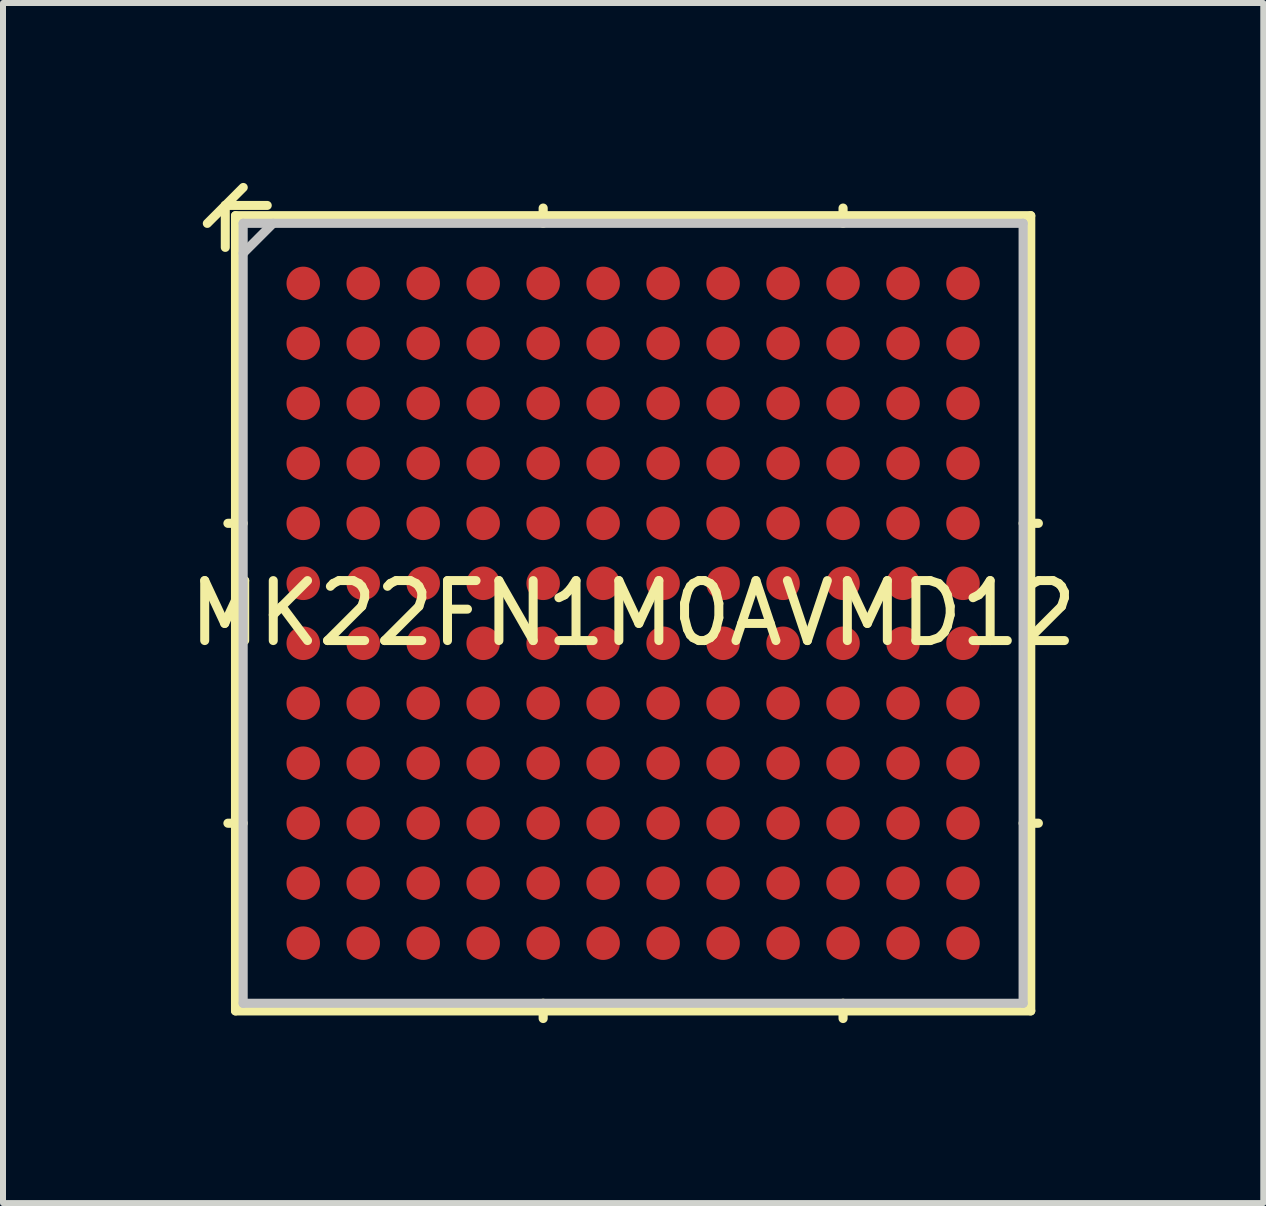
<source format=kicad_pcb>
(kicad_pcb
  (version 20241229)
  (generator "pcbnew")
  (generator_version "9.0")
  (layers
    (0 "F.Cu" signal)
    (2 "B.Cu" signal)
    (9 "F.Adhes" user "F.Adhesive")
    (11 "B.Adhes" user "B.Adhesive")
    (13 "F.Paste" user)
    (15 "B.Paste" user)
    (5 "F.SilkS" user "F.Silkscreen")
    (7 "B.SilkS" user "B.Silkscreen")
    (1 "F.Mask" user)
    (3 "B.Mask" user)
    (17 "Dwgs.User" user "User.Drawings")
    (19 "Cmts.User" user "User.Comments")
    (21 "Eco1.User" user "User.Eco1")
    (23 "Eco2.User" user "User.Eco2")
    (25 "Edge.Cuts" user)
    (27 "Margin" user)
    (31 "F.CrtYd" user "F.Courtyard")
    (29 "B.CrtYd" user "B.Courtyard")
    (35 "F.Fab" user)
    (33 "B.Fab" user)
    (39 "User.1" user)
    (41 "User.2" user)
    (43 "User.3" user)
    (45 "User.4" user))
  (footprint "MK22FN1M0AVMD12"
    (layer "F.Cu")
    (at 7.506 7.175)
    (property "Reference" "MK22FN1M0AVMD12" (at 0 0 0) (layer "F.SilkS") (effects (font (size 1 1) (thickness 0.15))))
    (attr through_hole)
    (fp_line (start -6.8 -6.8) (end -7.1 -6.5) (stroke (width 0.15) (type solid)) (layer "F.SilkS"))
    (fp_line (start -6.8 -6.8) (end -6.5 -7.1) (stroke (width 0.15) (type solid)) (layer "F.SilkS"))
    (fp_line (start -6.8 -6.8) (end -6.1 -6.8) (stroke (width 0.15) (type solid)) (layer "F.SilkS"))
    (fp_line (start -6.8 -6.1) (end -6.8 -6.8) (stroke (width 0.15) (type solid)) (layer "F.SilkS"))
    (fp_line (start -6.629 -6.629) (end -6.629 6.629) (stroke (width 0.152) (type solid)) (layer "F.SilkS"))
    (fp_line (start -6.629 6.629) (end 6.629 6.629) (stroke (width 0.152) (type solid)) (layer "F.SilkS"))
    (fp_line (start -6.502 -1.5) (end -6.756 -1.5) (stroke (width 0.152) (type solid)) (layer "F.SilkS"))
    (fp_line (start -6.502 3.5) (end -6.756 3.5) (stroke (width 0.152) (type solid)) (layer "F.SilkS"))
    (fp_line (start -1.5 -6.502) (end -1.5 -6.756) (stroke (width 0.152) (type solid)) (layer "F.SilkS"))
    (fp_line (start -1.5 6.502) (end -1.5 6.756) (stroke (width 0.152) (type solid)) (layer "F.SilkS"))
    (fp_line (start 3.5 -6.502) (end 3.5 -6.756) (stroke (width 0.152) (type solid)) (layer "F.SilkS"))
    (fp_line (start 3.5 6.502) (end 3.5 6.756) (stroke (width 0.152) (type solid)) (layer "F.SilkS"))
    (fp_line (start 6.502 -1.5) (end 6.756 -1.5) (stroke (width 0.152) (type solid)) (layer "F.SilkS"))
    (fp_line (start 6.502 3.5) (end 6.756 3.5) (stroke (width 0.152) (type solid)) (layer "F.SilkS"))
    (fp_line (start 6.629 -6.629) (end -6.629 -6.629) (stroke (width 0.152) (type solid)) (layer "F.SilkS"))
    (fp_line (start 6.629 6.629) (end 6.629 -6.629) (stroke (width 0.152) (type solid)) (layer "F.SilkS"))
    (fp_line (start -6.502 -6.502) (end -6.502 6.502) (stroke (width 0.152) (type solid)) (layer "Dwgs.User"))
    (fp_line (start -6.502 6.502) (end 6.502 6.502) (stroke (width 0.152) (type solid)) (layer "Dwgs.User"))
    (fp_line (start -6.002 -6.502) (end -6.502 -6.002) (stroke (width 0.152) (type solid)) (layer "Dwgs.User"))
    (fp_line (start 6.502 -6.502) (end -6.502 -6.502) (stroke (width 0.152) (type solid)) (layer "Dwgs.User"))
    (fp_line (start 6.502 6.502) (end 6.502 -6.502) (stroke (width 0.152) (type solid)) (layer "Dwgs.User"))
    (pad "A1" smd circle (at -5.5 -5.5) (size 0.559 0.559) (layers "F.Cu" "F.Mask" "F.Paste"))
    (pad "A2" smd circle (at -4.5 -5.5) (size 0.559 0.559) (layers "F.Cu" "F.Mask" "F.Paste"))
    (pad "A3" smd circle (at -3.5 -5.5) (size 0.559 0.559) (layers "F.Cu" "F.Mask" "F.Paste"))
    (pad "A4" smd circle (at -2.5 -5.5) (size 0.559 0.559) (layers "F.Cu" "F.Mask" "F.Paste"))
    (pad "A5" smd circle (at -1.5 -5.5) (size 0.559 0.559) (layers "F.Cu" "F.Mask" "F.Paste"))
    (pad "A6" smd circle (at -0.5 -5.5) (size 0.559 0.559) (layers "F.Cu" "F.Mask" "F.Paste"))
    (pad "A7" smd circle (at 0.5 -5.5) (size 0.559 0.559) (layers "F.Cu" "F.Mask" "F.Paste"))
    (pad "A8" smd circle (at 1.5 -5.5) (size 0.559 0.559) (layers "F.Cu" "F.Mask" "F.Paste"))
    (pad "A9" smd circle (at 2.5 -5.5) (size 0.559 0.559) (layers "F.Cu" "F.Mask" "F.Paste"))
    (pad "A10" smd circle (at 3.5 -5.5) (size 0.559 0.559) (layers "F.Cu" "F.Mask" "F.Paste"))
    (pad "A11" smd circle (at 4.5 -5.5) (size 0.559 0.559) (layers "F.Cu" "F.Mask" "F.Paste"))
    (pad "A12" smd circle (at 5.5 -5.5) (size 0.559 0.559) (layers "F.Cu" "F.Mask" "F.Paste"))
    (pad "B1" smd circle (at -5.5 -4.5) (size 0.559 0.559) (layers "F.Cu" "F.Mask" "F.Paste"))
    (pad "B2" smd circle (at -4.5 -4.5) (size 0.559 0.559) (layers "F.Cu" "F.Mask" "F.Paste"))
    (pad "B3" smd circle (at -3.5 -4.5) (size 0.559 0.559) (layers "F.Cu" "F.Mask" "F.Paste"))
    (pad "B4" smd circle (at -2.5 -4.5) (size 0.559 0.559) (layers "F.Cu" "F.Mask" "F.Paste"))
    (pad "B5" smd circle (at -1.5 -4.5) (size 0.559 0.559) (layers "F.Cu" "F.Mask" "F.Paste"))
    (pad "B6" smd circle (at -0.5 -4.5) (size 0.559 0.559) (layers "F.Cu" "F.Mask" "F.Paste"))
    (pad "B7" smd circle (at 0.5 -4.5) (size 0.559 0.559) (layers "F.Cu" "F.Mask" "F.Paste"))
    (pad "B8" smd circle (at 1.5 -4.5) (size 0.559 0.559) (layers "F.Cu" "F.Mask" "F.Paste"))
    (pad "B9" smd circle (at 2.5 -4.5) (size 0.559 0.559) (layers "F.Cu" "F.Mask" "F.Paste"))
    (pad "B10" smd circle (at 3.5 -4.5) (size 0.559 0.559) (layers "F.Cu" "F.Mask" "F.Paste"))
    (pad "B11" smd circle (at 4.5 -4.5) (size 0.559 0.559) (layers "F.Cu" "F.Mask" "F.Paste"))
    (pad "B12" smd circle (at 5.5 -4.5) (size 0.559 0.559) (layers "F.Cu" "F.Mask" "F.Paste"))
    (pad "C1" smd circle (at -5.5 -3.5) (size 0.559 0.559) (layers "F.Cu" "F.Mask" "F.Paste"))
    (pad "C2" smd circle (at -4.5 -3.5) (size 0.559 0.559) (layers "F.Cu" "F.Mask" "F.Paste"))
    (pad "C3" smd circle (at -3.5 -3.5) (size 0.559 0.559) (layers "F.Cu" "F.Mask" "F.Paste"))
    (pad "C4" smd circle (at -2.5 -3.5) (size 0.559 0.559) (layers "F.Cu" "F.Mask" "F.Paste"))
    (pad "C5" smd circle (at -1.5 -3.5) (size 0.559 0.559) (layers "F.Cu" "F.Mask" "F.Paste"))
    (pad "C6" smd circle (at -0.5 -3.5) (size 0.559 0.559) (layers "F.Cu" "F.Mask" "F.Paste"))
    (pad "C7" smd circle (at 0.5 -3.5) (size 0.559 0.559) (layers "F.Cu" "F.Mask" "F.Paste"))
    (pad "C8" smd circle (at 1.5 -3.5) (size 0.559 0.559) (layers "F.Cu" "F.Mask" "F.Paste"))
    (pad "C9" smd circle (at 2.5 -3.5) (size 0.559 0.559) (layers "F.Cu" "F.Mask" "F.Paste"))
    (pad "C10" smd circle (at 3.5 -3.5) (size 0.559 0.559) (layers "F.Cu" "F.Mask" "F.Paste"))
    (pad "C11" smd circle (at 4.5 -3.5) (size 0.559 0.559) (layers "F.Cu" "F.Mask" "F.Paste"))
    (pad "C12" smd circle (at 5.5 -3.5) (size 0.559 0.559) (layers "F.Cu" "F.Mask" "F.Paste"))
    (pad "D1" smd circle (at -5.5 -2.5) (size 0.559 0.559) (layers "F.Cu" "F.Mask" "F.Paste"))
    (pad "D2" smd circle (at -4.5 -2.5) (size 0.559 0.559) (layers "F.Cu" "F.Mask" "F.Paste"))
    (pad "D3" smd circle (at -3.5 -2.5) (size 0.559 0.559) (layers "F.Cu" "F.Mask" "F.Paste"))
    (pad "D4" smd circle (at -2.5 -2.5) (size 0.559 0.559) (layers "F.Cu" "F.Mask" "F.Paste"))
    (pad "D5" smd circle (at -1.5 -2.5) (size 0.559 0.559) (layers "F.Cu" "F.Mask" "F.Paste"))
    (pad "D6" smd circle (at -0.5 -2.5) (size 0.559 0.559) (layers "F.Cu" "F.Mask" "F.Paste"))
    (pad "D7" smd circle (at 0.5 -2.5) (size 0.559 0.559) (layers "F.Cu" "F.Mask" "F.Paste"))
    (pad "D8" smd circle (at 1.5 -2.5) (size 0.559 0.559) (layers "F.Cu" "F.Mask" "F.Paste"))
    (pad "D9" smd circle (at 2.5 -2.5) (size 0.559 0.559) (layers "F.Cu" "F.Mask" "F.Paste"))
    (pad "D10" smd circle (at 3.5 -2.5) (size 0.559 0.559) (layers "F.Cu" "F.Mask" "F.Paste"))
    (pad "D11" smd circle (at 4.5 -2.5) (size 0.559 0.559) (layers "F.Cu" "F.Mask" "F.Paste"))
    (pad "D12" smd circle (at 5.5 -2.5) (size 0.559 0.559) (layers "F.Cu" "F.Mask" "F.Paste"))
    (pad "E1" smd circle (at -5.5 -1.5) (size 0.559 0.559) (layers "F.Cu" "F.Mask" "F.Paste"))
    (pad "E2" smd circle (at -4.5 -1.5) (size 0.559 0.559) (layers "F.Cu" "F.Mask" "F.Paste"))
    (pad "E3" smd circle (at -3.5 -1.5) (size 0.559 0.559) (layers "F.Cu" "F.Mask" "F.Paste"))
    (pad "E4" smd circle (at -2.5 -1.5) (size 0.559 0.559) (layers "F.Cu" "F.Mask" "F.Paste"))
    (pad "E5" smd circle (at -1.5 -1.5) (size 0.559 0.559) (layers "F.Cu" "F.Mask" "F.Paste"))
    (pad "E6" smd circle (at -0.5 -1.5) (size 0.559 0.559) (layers "F.Cu" "F.Mask" "F.Paste"))
    (pad "E7" smd circle (at 0.5 -1.5) (size 0.559 0.559) (layers "F.Cu" "F.Mask" "F.Paste"))
    (pad "E8" smd circle (at 1.5 -1.5) (size 0.559 0.559) (layers "F.Cu" "F.Mask" "F.Paste"))
    (pad "E9" smd circle (at 2.5 -1.5) (size 0.559 0.559) (layers "F.Cu" "F.Mask" "F.Paste"))
    (pad "E10" smd circle (at 3.5 -1.5) (size 0.559 0.559) (layers "F.Cu" "F.Mask" "F.Paste"))
    (pad "E11" smd circle (at 4.5 -1.5) (size 0.559 0.559) (layers "F.Cu" "F.Mask" "F.Paste"))
    (pad "E12" smd circle (at 5.5 -1.5) (size 0.559 0.559) (layers "F.Cu" "F.Mask" "F.Paste"))
    (pad "F1" smd circle (at -5.5 -0.5) (size 0.559 0.559) (layers "F.Cu" "F.Mask" "F.Paste"))
    (pad "F2" smd circle (at -4.5 -0.5) (size 0.559 0.559) (layers "F.Cu" "F.Mask" "F.Paste"))
    (pad "F3" smd circle (at -3.5 -0.5) (size 0.559 0.559) (layers "F.Cu" "F.Mask" "F.Paste"))
    (pad "F4" smd circle (at -2.5 -0.5) (size 0.559 0.559) (layers "F.Cu" "F.Mask" "F.Paste"))
    (pad "F5" smd circle (at -1.5 -0.5) (size 0.559 0.559) (layers "F.Cu" "F.Mask" "F.Paste"))
    (pad "F6" smd circle (at -0.5 -0.5) (size 0.559 0.559) (layers "F.Cu" "F.Mask" "F.Paste"))
    (pad "F7" smd circle (at 0.5 -0.5) (size 0.559 0.559) (layers "F.Cu" "F.Mask" "F.Paste"))
    (pad "F8" smd circle (at 1.5 -0.5) (size 0.559 0.559) (layers "F.Cu" "F.Mask" "F.Paste"))
    (pad "F9" smd circle (at 2.5 -0.5) (size 0.559 0.559) (layers "F.Cu" "F.Mask" "F.Paste"))
    (pad "F10" smd circle (at 3.5 -0.5) (size 0.559 0.559) (layers "F.Cu" "F.Mask" "F.Paste"))
    (pad "F11" smd circle (at 4.5 -0.5) (size 0.559 0.559) (layers "F.Cu" "F.Mask" "F.Paste"))
    (pad "F12" smd circle (at 5.5 -0.5) (size 0.559 0.559) (layers "F.Cu" "F.Mask" "F.Paste"))
    (pad "G1" smd circle (at -5.5 0.5) (size 0.559 0.559) (layers "F.Cu" "F.Mask" "F.Paste"))
    (pad "G2" smd circle (at -4.5 0.5) (size 0.559 0.559) (layers "F.Cu" "F.Mask" "F.Paste"))
    (pad "G3" smd circle (at -3.5 0.5) (size 0.559 0.559) (layers "F.Cu" "F.Mask" "F.Paste"))
    (pad "G4" smd circle (at -2.5 0.5) (size 0.559 0.559) (layers "F.Cu" "F.Mask" "F.Paste"))
    (pad "G5" smd circle (at -1.5 0.5) (size 0.559 0.559) (layers "F.Cu" "F.Mask" "F.Paste"))
    (pad "G6" smd circle (at -0.5 0.5) (size 0.559 0.559) (layers "F.Cu" "F.Mask" "F.Paste"))
    (pad "G7" smd circle (at 0.5 0.5) (size 0.559 0.559) (layers "F.Cu" "F.Mask" "F.Paste"))
    (pad "G8" smd circle (at 1.5 0.5) (size 0.559 0.559) (layers "F.Cu" "F.Mask" "F.Paste"))
    (pad "G9" smd circle (at 2.5 0.5) (size 0.559 0.559) (layers "F.Cu" "F.Mask" "F.Paste"))
    (pad "G10" smd circle (at 3.5 0.5) (size 0.559 0.559) (layers "F.Cu" "F.Mask" "F.Paste"))
    (pad "G11" smd circle (at 4.5 0.5) (size 0.559 0.559) (layers "F.Cu" "F.Mask" "F.Paste"))
    (pad "G12" smd circle (at 5.5 0.5) (size 0.559 0.559) (layers "F.Cu" "F.Mask" "F.Paste"))
    (pad "H1" smd circle (at -5.5 1.5) (size 0.559 0.559) (layers "F.Cu" "F.Mask" "F.Paste"))
    (pad "H2" smd circle (at -4.5 1.5) (size 0.559 0.559) (layers "F.Cu" "F.Mask" "F.Paste"))
    (pad "H3" smd circle (at -3.5 1.5) (size 0.559 0.559) (layers "F.Cu" "F.Mask" "F.Paste"))
    (pad "H4" smd circle (at -2.5 1.5) (size 0.559 0.559) (layers "F.Cu" "F.Mask" "F.Paste"))
    (pad "H5" smd circle (at -1.5 1.5) (size 0.559 0.559) (layers "F.Cu" "F.Mask" "F.Paste"))
    (pad "H6" smd circle (at -0.5 1.5) (size 0.559 0.559) (layers "F.Cu" "F.Mask" "F.Paste"))
    (pad "H7" smd circle (at 0.5 1.5) (size 0.559 0.559) (layers "F.Cu" "F.Mask" "F.Paste"))
    (pad "H8" smd circle (at 1.5 1.5) (size 0.559 0.559) (layers "F.Cu" "F.Mask" "F.Paste"))
    (pad "H9" smd circle (at 2.5 1.5) (size 0.559 0.559) (layers "F.Cu" "F.Mask" "F.Paste"))
    (pad "H10" smd circle (at 3.5 1.5) (size 0.559 0.559) (layers "F.Cu" "F.Mask" "F.Paste"))
    (pad "H11" smd circle (at 4.5 1.5) (size 0.559 0.559) (layers "F.Cu" "F.Mask" "F.Paste"))
    (pad "H12" smd circle (at 5.5 1.5) (size 0.559 0.559) (layers "F.Cu" "F.Mask" "F.Paste"))
    (pad "J1" smd circle (at -5.5 2.5) (size 0.559 0.559) (layers "F.Cu" "F.Mask" "F.Paste"))
    (pad "J2" smd circle (at -4.5 2.5) (size 0.559 0.559) (layers "F.Cu" "F.Mask" "F.Paste"))
    (pad "J3" smd circle (at -3.5 2.5) (size 0.559 0.559) (layers "F.Cu" "F.Mask" "F.Paste"))
    (pad "J4" smd circle (at -2.5 2.5) (size 0.559 0.559) (layers "F.Cu" "F.Mask" "F.Paste"))
    (pad "J5" smd circle (at -1.5 2.5) (size 0.559 0.559) (layers "F.Cu" "F.Mask" "F.Paste"))
    (pad "J6" smd circle (at -0.5 2.5) (size 0.559 0.559) (layers "F.Cu" "F.Mask" "F.Paste"))
    (pad "J7" smd circle (at 0.5 2.5) (size 0.559 0.559) (layers "F.Cu" "F.Mask" "F.Paste"))
    (pad "J8" smd circle (at 1.5 2.5) (size 0.559 0.559) (layers "F.Cu" "F.Mask" "F.Paste"))
    (pad "J9" smd circle (at 2.5 2.5) (size 0.559 0.559) (layers "F.Cu" "F.Mask" "F.Paste"))
    (pad "J10" smd circle (at 3.5 2.5) (size 0.559 0.559) (layers "F.Cu" "F.Mask" "F.Paste"))
    (pad "J11" smd circle (at 4.5 2.5) (size 0.559 0.559) (layers "F.Cu" "F.Mask" "F.Paste"))
    (pad "J12" smd circle (at 5.5 2.5) (size 0.559 0.559) (layers "F.Cu" "F.Mask" "F.Paste"))
    (pad "K1" smd circle (at -5.5 3.5) (size 0.559 0.559) (layers "F.Cu" "F.Mask" "F.Paste"))
    (pad "K2" smd circle (at -4.5 3.5) (size 0.559 0.559) (layers "F.Cu" "F.Mask" "F.Paste"))
    (pad "K3" smd circle (at -3.5 3.5) (size 0.559 0.559) (layers "F.Cu" "F.Mask" "F.Paste"))
    (pad "K4" smd circle (at -2.5 3.5) (size 0.559 0.559) (layers "F.Cu" "F.Mask" "F.Paste"))
    (pad "K5" smd circle (at -1.5 3.5) (size 0.559 0.559) (layers "F.Cu" "F.Mask" "F.Paste"))
    (pad "K6" smd circle (at -0.5 3.5) (size 0.559 0.559) (layers "F.Cu" "F.Mask" "F.Paste"))
    (pad "K7" smd circle (at 0.5 3.5) (size 0.559 0.559) (layers "F.Cu" "F.Mask" "F.Paste"))
    (pad "K8" smd circle (at 1.5 3.5) (size 0.559 0.559) (layers "F.Cu" "F.Mask" "F.Paste"))
    (pad "K9" smd circle (at 2.5 3.5) (size 0.559 0.559) (layers "F.Cu" "F.Mask" "F.Paste"))
    (pad "K10" smd circle (at 3.5 3.5) (size 0.559 0.559) (layers "F.Cu" "F.Mask" "F.Paste"))
    (pad "K11" smd circle (at 4.5 3.5) (size 0.559 0.559) (layers "F.Cu" "F.Mask" "F.Paste"))
    (pad "K12" smd circle (at 5.5 3.5) (size 0.559 0.559) (layers "F.Cu" "F.Mask" "F.Paste"))
    (pad "L1" smd circle (at -5.5 4.5) (size 0.559 0.559) (layers "F.Cu" "F.Mask" "F.Paste"))
    (pad "L2" smd circle (at -4.5 4.5) (size 0.559 0.559) (layers "F.Cu" "F.Mask" "F.Paste"))
    (pad "L3" smd circle (at -3.5 4.5) (size 0.559 0.559) (layers "F.Cu" "F.Mask" "F.Paste"))
    (pad "L4" smd circle (at -2.5 4.5) (size 0.559 0.559) (layers "F.Cu" "F.Mask" "F.Paste"))
    (pad "L5" smd circle (at -1.5 4.5) (size 0.559 0.559) (layers "F.Cu" "F.Mask" "F.Paste"))
    (pad "L6" smd circle (at -0.5 4.5) (size 0.559 0.559) (layers "F.Cu" "F.Mask" "F.Paste"))
    (pad "L7" smd circle (at 0.5 4.5) (size 0.559 0.559) (layers "F.Cu" "F.Mask" "F.Paste"))
    (pad "L8" smd circle (at 1.5 4.5) (size 0.559 0.559) (layers "F.Cu" "F.Mask" "F.Paste"))
    (pad "L9" smd circle (at 2.5 4.5) (size 0.559 0.559) (layers "F.Cu" "F.Mask" "F.Paste"))
    (pad "L10" smd circle (at 3.5 4.5) (size 0.559 0.559) (layers "F.Cu" "F.Mask" "F.Paste"))
    (pad "L11" smd circle (at 4.5 4.5) (size 0.559 0.559) (layers "F.Cu" "F.Mask" "F.Paste"))
    (pad "L12" smd circle (at 5.5 4.5) (size 0.559 0.559) (layers "F.Cu" "F.Mask" "F.Paste"))
    (pad "M1" smd circle (at -5.5 5.5) (size 0.559 0.559) (layers "F.Cu" "F.Mask" "F.Paste"))
    (pad "M2" smd circle (at -4.5 5.5) (size 0.559 0.559) (layers "F.Cu" "F.Mask" "F.Paste"))
    (pad "M3" smd circle (at -3.5 5.5) (size 0.559 0.559) (layers "F.Cu" "F.Mask" "F.Paste"))
    (pad "M4" smd circle (at -2.5 5.5) (size 0.559 0.559) (layers "F.Cu" "F.Mask" "F.Paste"))
    (pad "M5" smd circle (at -1.5 5.5) (size 0.559 0.559) (layers "F.Cu" "F.Mask" "F.Paste"))
    (pad "M6" smd circle (at -0.5 5.5) (size 0.559 0.559) (layers "F.Cu" "F.Mask" "F.Paste"))
    (pad "M7" smd circle (at 0.5 5.5) (size 0.559 0.559) (layers "F.Cu" "F.Mask" "F.Paste"))
    (pad "M8" smd circle (at 1.5 5.5) (size 0.559 0.559) (layers "F.Cu" "F.Mask" "F.Paste"))
    (pad "M9" smd circle (at 2.5 5.5) (size 0.559 0.559) (layers "F.Cu" "F.Mask" "F.Paste"))
    (pad "M10" smd circle (at 3.5 5.5) (size 0.559 0.559) (layers "F.Cu" "F.Mask" "F.Paste"))
    (pad "M11" smd circle (at 4.5 5.5) (size 0.559 0.559) (layers "F.Cu" "F.Mask" "F.Paste"))
    (pad "M12" smd circle (at 5.5 5.5) (size 0.559 0.559) (layers "F.Cu" "F.Mask" "F.Paste")))
  (gr_rect
    (start -3 -3)
    (end 18.012 17.008)
    (stroke (width 0.1) (type default))
    (fill no)
    (layer "Edge.Cuts")))
</source>
